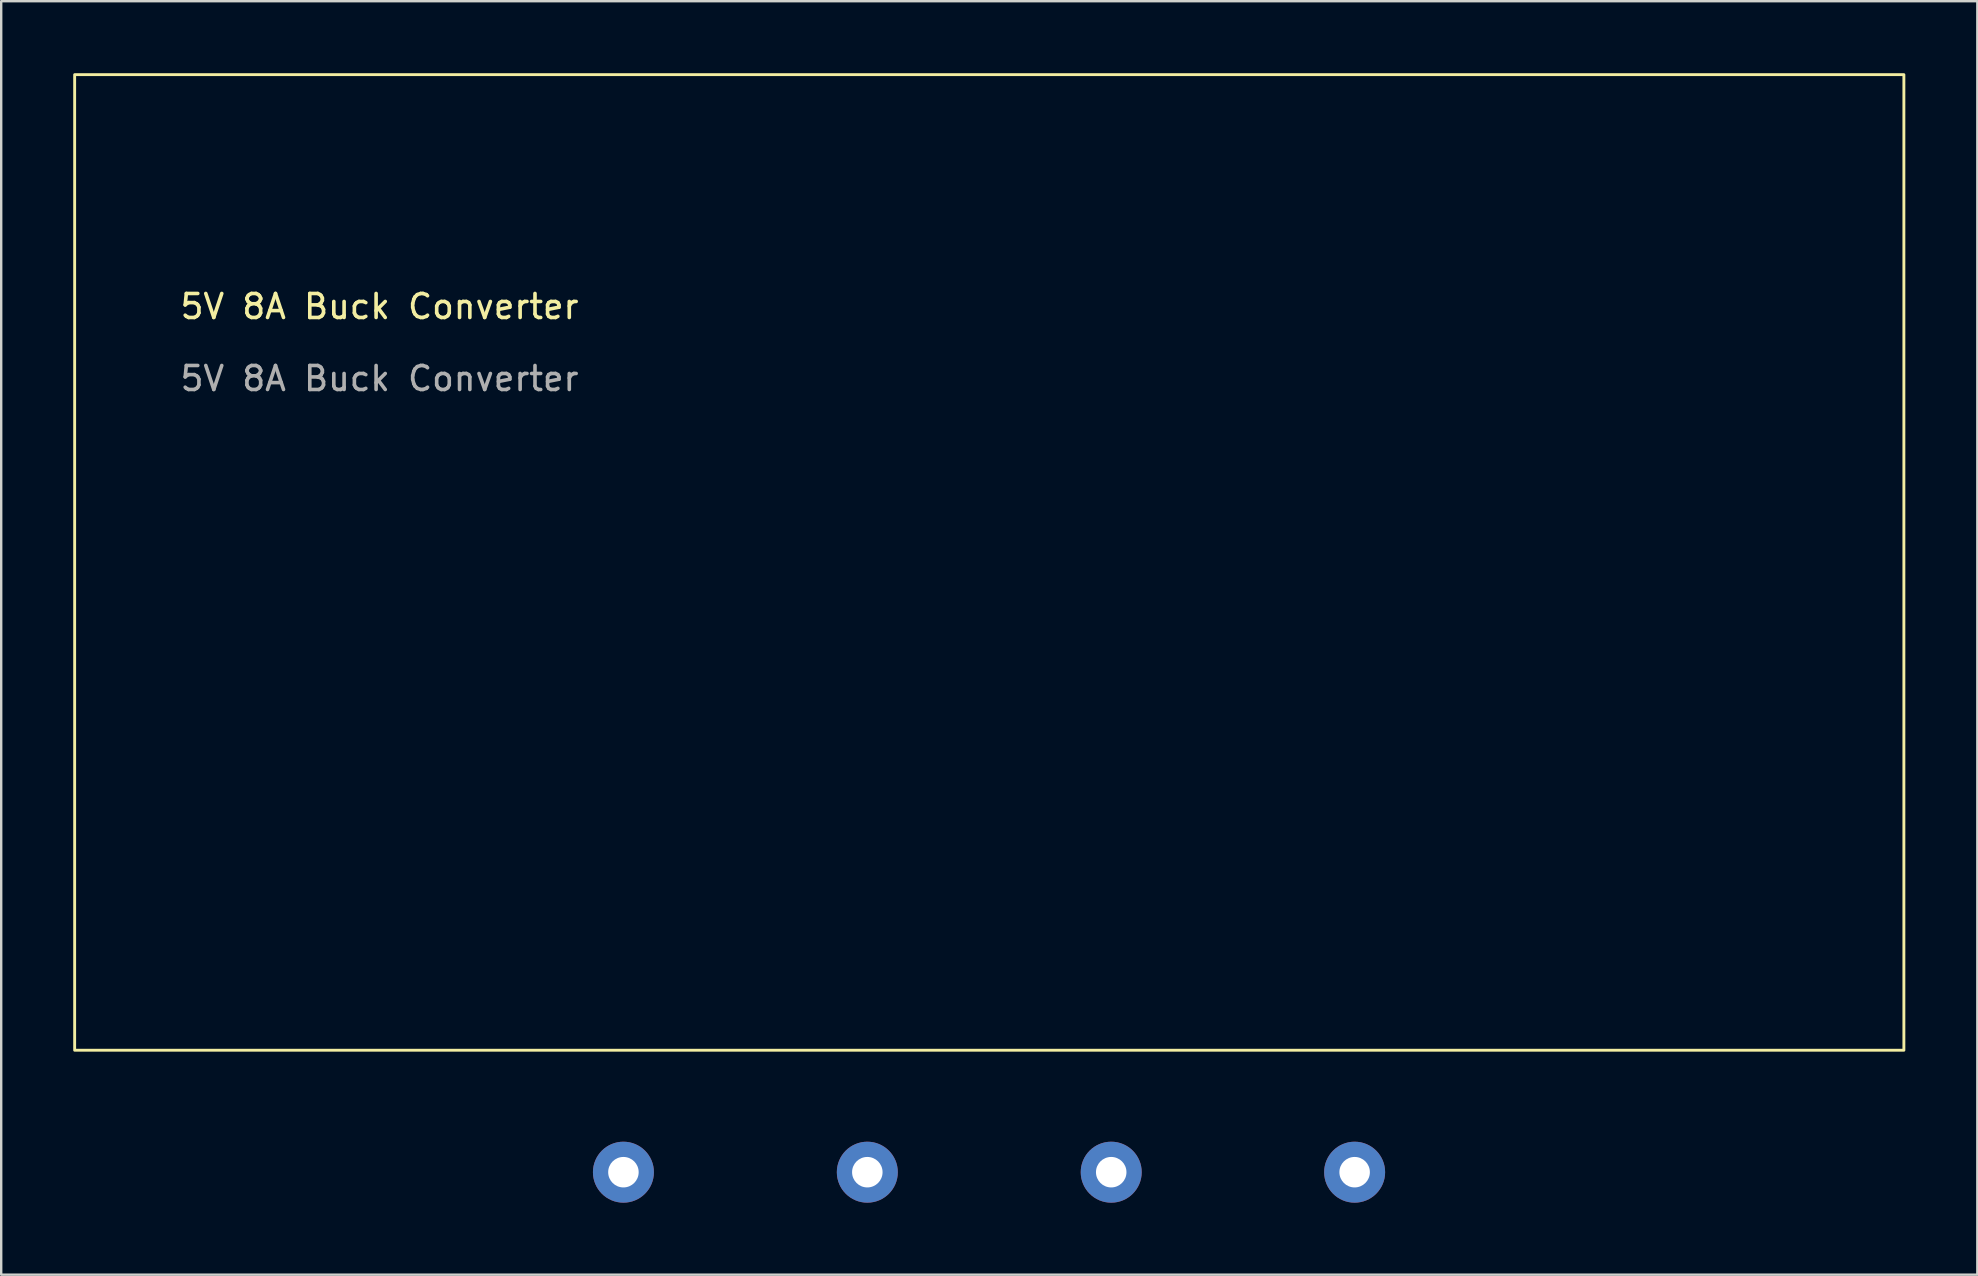
<source format=kicad_pcb>
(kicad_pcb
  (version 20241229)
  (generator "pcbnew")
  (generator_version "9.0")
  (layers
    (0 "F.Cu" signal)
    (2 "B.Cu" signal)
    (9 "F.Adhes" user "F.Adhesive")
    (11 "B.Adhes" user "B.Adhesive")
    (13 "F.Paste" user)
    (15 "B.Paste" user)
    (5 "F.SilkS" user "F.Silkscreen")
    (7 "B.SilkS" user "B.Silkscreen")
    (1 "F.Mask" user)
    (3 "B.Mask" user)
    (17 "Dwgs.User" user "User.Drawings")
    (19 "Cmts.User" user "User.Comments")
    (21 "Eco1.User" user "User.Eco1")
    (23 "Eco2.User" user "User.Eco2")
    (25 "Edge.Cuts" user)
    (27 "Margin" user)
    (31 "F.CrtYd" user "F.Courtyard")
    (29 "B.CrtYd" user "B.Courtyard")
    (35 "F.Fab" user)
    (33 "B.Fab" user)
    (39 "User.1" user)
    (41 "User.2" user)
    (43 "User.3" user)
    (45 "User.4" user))
  (footprint "5V 8A Buck Converter"
    (layer "F.Cu")
    (at 12.76 10.22)
    (property "Reference" "5V 8A Buck Converter" (at 0 -0.5 0) (unlocked yes) (layer "F.SilkS") (effects (font (size 1 1) (thickness 0.15))))
    (attr through_hole)
    (fp_rect (start -12.7 -10.16) (end 63.5 30.48) (stroke (width 0.12) (type solid)) (fill no) (layer "F.SilkS"))
    (fp_text user "${REFERENCE}" (at 0 2.5 0) (unlocked yes) (layer "F.Fab") (effects (font (size 1 1) (thickness 0.15))))
    (pad "1" thru_hole circle (at 10.16 35.56) (size 2.54 2.54) (drill 1.27) (layers "*.Cu" "*.Mask"))
    (pad "2" thru_hole circle (at 20.32 35.56) (size 2.54 2.54) (drill 1.27) (layers "*.Cu" "*.Mask"))
    (pad "3" thru_hole circle (at 30.48 35.56) (size 2.54 2.54) (drill 1.27) (layers "*.Cu" "*.Mask"))
    (pad "4" thru_hole circle (at 40.62 35.56) (size 2.54 2.54) (drill 1.27) (layers "*.Cu" "*.Mask")))
  (gr_rect
    (start -3 -3)
    (end 79.32 50.05)
    (stroke (width 0.1) (type default))
    (fill no)
    (layer "Edge.Cuts")))
</source>
